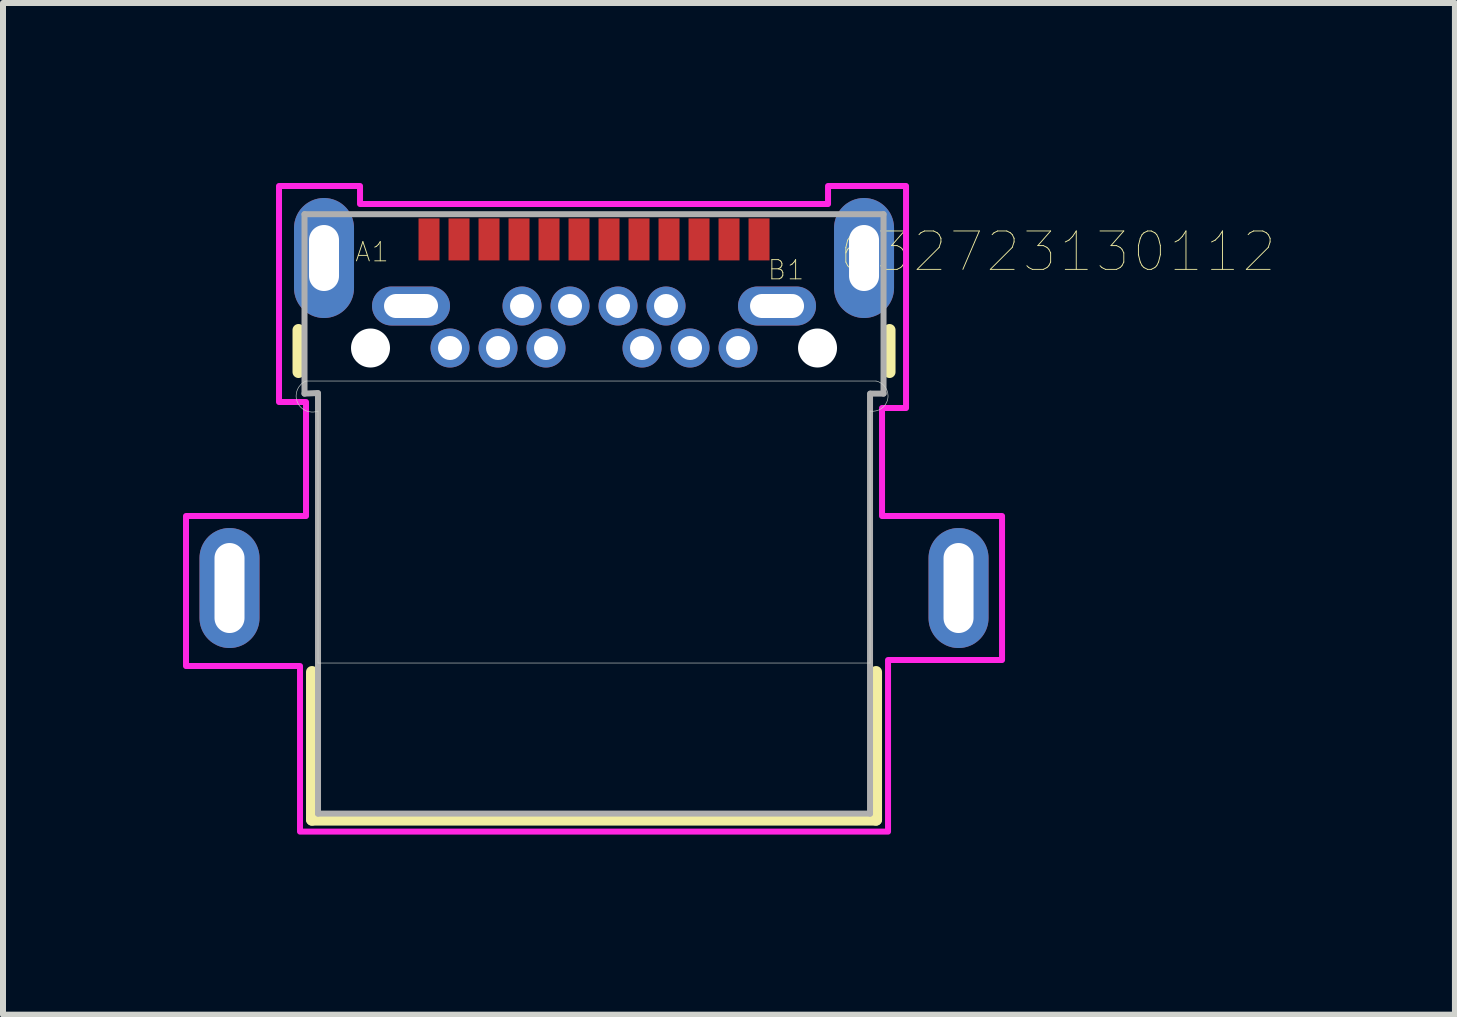
<source format=kicad_pcb>
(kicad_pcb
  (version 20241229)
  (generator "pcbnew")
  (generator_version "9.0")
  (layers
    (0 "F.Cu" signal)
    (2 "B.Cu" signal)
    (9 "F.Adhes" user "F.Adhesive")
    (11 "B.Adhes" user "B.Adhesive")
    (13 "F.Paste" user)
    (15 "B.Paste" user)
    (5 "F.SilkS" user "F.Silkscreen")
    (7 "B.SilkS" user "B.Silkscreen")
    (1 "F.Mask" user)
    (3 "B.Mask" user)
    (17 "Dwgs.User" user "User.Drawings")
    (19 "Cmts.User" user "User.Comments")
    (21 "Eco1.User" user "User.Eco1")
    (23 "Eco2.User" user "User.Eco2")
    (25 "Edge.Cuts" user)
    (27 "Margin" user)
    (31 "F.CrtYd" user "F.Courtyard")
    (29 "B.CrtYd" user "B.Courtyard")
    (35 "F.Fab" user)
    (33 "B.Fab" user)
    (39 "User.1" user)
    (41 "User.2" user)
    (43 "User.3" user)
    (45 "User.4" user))
  (footprint "632723130112"
    (layer "F.Cu")
    (at 6.85 5.515)
    (property "Reference" "632723130112" (at 7.732 -4.371 0) (layer "F.SilkS") (effects (font (size 0.64 0.64) (thickness 0.015))))
    (attr through_hole)
    (fp_line (start -4.925 -3.065) (end -4.925 -2.365) (stroke (width 0.2) (type solid)) (layer "F.SilkS"))
    (fp_line (start -4.7 2.635) (end -4.7 5.095) (stroke (width 0.2) (type solid)) (layer "F.SilkS"))
    (fp_line (start -4.7 5.095) (end 4.7 5.095) (stroke (width 0.2) (type solid)) (layer "F.SilkS"))
    (fp_line (start 4.7 5.095) (end 4.7 2.635) (stroke (width 0.2) (type solid)) (layer "F.SilkS"))
    (fp_line (start 4.925 -2.365) (end 4.925 -3.065) (stroke (width 0.2) (type solid)) (layer "F.SilkS"))
    (fp_line (start -4.8 -2.215) (end 4.7 -2.215) (stroke (width 0.01) (type solid)) (layer "Edge.Cuts"))
    (fp_line (start -4.6 -1.715) (end -4.6 2.485) (stroke (width 0.01) (type solid)) (layer "Edge.Cuts"))
    (fp_line (start -4.6 2.485) (end 4.6 2.485) (stroke (width 0.01) (type solid)) (layer "Edge.Cuts"))
    (fp_line (start 4.6 -1.715) (end 4.6 2.485) (stroke (width 0.01) (type solid)) (layer "Edge.Cuts"))
    (fp_arc (start -4.6 -1.715) (mid -4.95 -1.865) (end -4.8 -2.215) (stroke (width 0.01) (type solid)) (layer "Edge.Cuts"))
    (fp_arc (start 4.7 -2.215) (mid 4.9 -1.915) (end 4.6 -1.715) (stroke (width 0.01) (type solid)) (layer "Edge.Cuts"))
    (fp_poly (pts (xy -5.25 -5.465) (xy -3.9 -5.465) (xy -3.9 -5.165) (xy 3.9 -5.165) (xy 3.9 -5.465) (xy 5.2 -5.465) (xy 5.2 -1.765) (xy 4.8 -1.765) (xy 4.8 0.035) (xy 6.8 0.035) (xy 6.8 2.435) (xy 4.9 2.435) (xy 4.9 5.295) (xy -4.9 5.295) (xy -4.9 2.535) (xy -6.8 2.535) (xy -6.8 0.035) (xy -4.8 0.035) (xy -4.8 -1.865) (xy -5.25 -1.865)) (stroke (width 0.1) (type solid)) (fill no) (layer "F.CrtYd"))
    (fp_line (start -4.825 -4.995) (end -4.825 -2.005) (stroke (width 0.1) (type solid)) (layer "F.Fab"))
    (fp_line (start -4.825 -4.995) (end 4.825 -4.995) (stroke (width 0.1) (type solid)) (layer "F.Fab"))
    (fp_line (start -4.6 -2.015) (end -4.825 -2.005) (stroke (width 0.1) (type solid)) (layer "F.Fab"))
    (fp_line (start -4.6 4.995) (end -4.6 -2.005) (stroke (width 0.1) (type solid)) (layer "F.Fab"))
    (fp_line (start 4.6 -2.005) (end 4.6 4.995) (stroke (width 0.1) (type solid)) (layer "F.Fab"))
    (fp_line (start 4.6 4.995) (end -4.6 4.995) (stroke (width 0.1) (type solid)) (layer "F.Fab"))
    (fp_line (start 4.825 -4.995) (end 4.825 -2.005) (stroke (width 0.1) (type solid)) (layer "F.Fab"))
    (fp_line (start 4.825 -2.005) (end 4.61 -2.005) (stroke (width 0.1) (type solid)) (layer "F.Fab"))
    (fp_text user "B1" (at 3.2 -4.065 0) (layer "F.SilkS") (effects (font (size 0.32 0.32) (thickness 0.015))))
    (fp_text user "A1" (at -3.7 -4.365 0) (layer "F.SilkS") (effects (font (size 0.32 0.32) (thickness 0.015))))
    (pad "" np_thru_hole circle (at -3.725 -2.765) (size 0.65 0.65) (drill 0.65) (layers "*.Cu" "*.Mask"))
    (pad "" np_thru_hole circle (at 3.725 -2.765) (size 0.65 0.65) (drill 0.65) (layers "*.Cu" "*.Mask"))
    (pad "A1" smd rect (at -2.75 -4.575) (size 0.35 0.7) (layers "F.Cu" "F.Mask" "F.Paste"))
    (pad "A2" smd rect (at -2.25 -4.575) (size 0.35 0.7) (layers "F.Cu" "F.Mask" "F.Paste"))
    (pad "A3" smd rect (at -1.75 -4.575) (size 0.35 0.7) (layers "F.Cu" "F.Mask" "F.Paste"))
    (pad "A4" smd rect (at -1.25 -4.575) (size 0.35 0.7) (layers "F.Cu" "F.Mask" "F.Paste"))
    (pad "A5" smd rect (at -0.75 -4.575) (size 0.35 0.7) (layers "F.Cu" "F.Mask" "F.Paste"))
    (pad "A6" smd rect (at -0.25 -4.575) (size 0.35 0.7) (layers "F.Cu" "F.Mask" "F.Paste"))
    (pad "A7" smd rect (at 0.25 -4.575) (size 0.35 0.7) (layers "F.Cu" "F.Mask" "F.Paste"))
    (pad "A8" smd rect (at 0.75 -4.575) (size 0.35 0.7) (layers "F.Cu" "F.Mask" "F.Paste"))
    (pad "A9" smd rect (at 1.25 -4.575) (size 0.35 0.7) (layers "F.Cu" "F.Mask" "F.Paste"))
    (pad "A10" smd rect (at 1.75 -4.575) (size 0.35 0.7) (layers "F.Cu" "F.Mask" "F.Paste"))
    (pad "A11" smd rect (at 2.25 -4.575) (size 0.35 0.7) (layers "F.Cu" "F.Mask" "F.Paste"))
    (pad "A12" smd rect (at 2.75 -4.575) (size 0.35 0.7) (layers "F.Cu" "F.Mask" "F.Paste"))
    (pad "B1" thru_hole oval (at 3.05 -3.465) (size 1.3 0.65) (drill oval 0.9 0.4) (layers "*.Cu" "*.Mask"))
    (pad "B2" thru_hole circle (at 2.4 -2.765) (size 0.65 0.65) (drill 0.4) (layers "*.Cu" "*.Mask"))
    (pad "B3" thru_hole circle (at 1.6 -2.765) (size 0.65 0.65) (drill 0.4) (layers "*.Cu" "*.Mask"))
    (pad "B4" thru_hole circle (at 1.2 -3.465) (size 0.65 0.65) (drill 0.4) (layers "*.Cu" "*.Mask"))
    (pad "B5" thru_hole circle (at 0.8 -2.765) (size 0.65 0.65) (drill 0.4) (layers "*.Cu" "*.Mask"))
    (pad "B6" thru_hole circle (at 0.4 -3.465) (size 0.65 0.65) (drill 0.4) (layers "*.Cu" "*.Mask"))
    (pad "B7" thru_hole circle (at -0.4 -3.465) (size 0.65 0.65) (drill 0.4) (layers "*.Cu" "*.Mask"))
    (pad "B8" thru_hole circle (at -0.8 -2.765) (size 0.65 0.65) (drill 0.4) (layers "*.Cu" "*.Mask"))
    (pad "B9" thru_hole circle (at -1.2 -3.465) (size 0.65 0.65) (drill 0.4) (layers "*.Cu" "*.Mask"))
    (pad "B10" thru_hole circle (at -1.6 -2.765) (size 0.65 0.65) (drill 0.4) (layers "*.Cu" "*.Mask"))
    (pad "B11" thru_hole circle (at -2.4 -2.765) (size 0.65 0.65) (drill 0.4) (layers "*.Cu" "*.Mask"))
    (pad "B12" thru_hole oval (at -3.05 -3.465) (size 1.3 0.65) (drill oval 0.9 0.4) (layers "*.Cu" "*.Mask"))
    (pad "S1" thru_hole oval (at -4.5 -4.265) (size 1 2) (drill oval 0.5 1.1) (layers "*.Cu" "*.Mask"))
    (pad "S2" thru_hole oval (at 4.5 -4.265) (size 1 2) (drill oval 0.5 1.1) (layers "*.Cu" "*.Mask"))
    (pad "S3" thru_hole oval (at -6.075 1.235) (size 1 2) (drill oval 0.5 1.5) (layers "*.Cu" "*.Mask"))
    (pad "S4" thru_hole oval (at 6.075 1.235) (size 1 2) (drill oval 0.5 1.5) (layers "*.Cu" "*.Mask")))
  (gr_rect
    (start -3 -3)
    (end 21.198 13.86)
    (stroke (width 0.1) (type default))
    (fill no)
    (layer "Edge.Cuts")))
</source>
